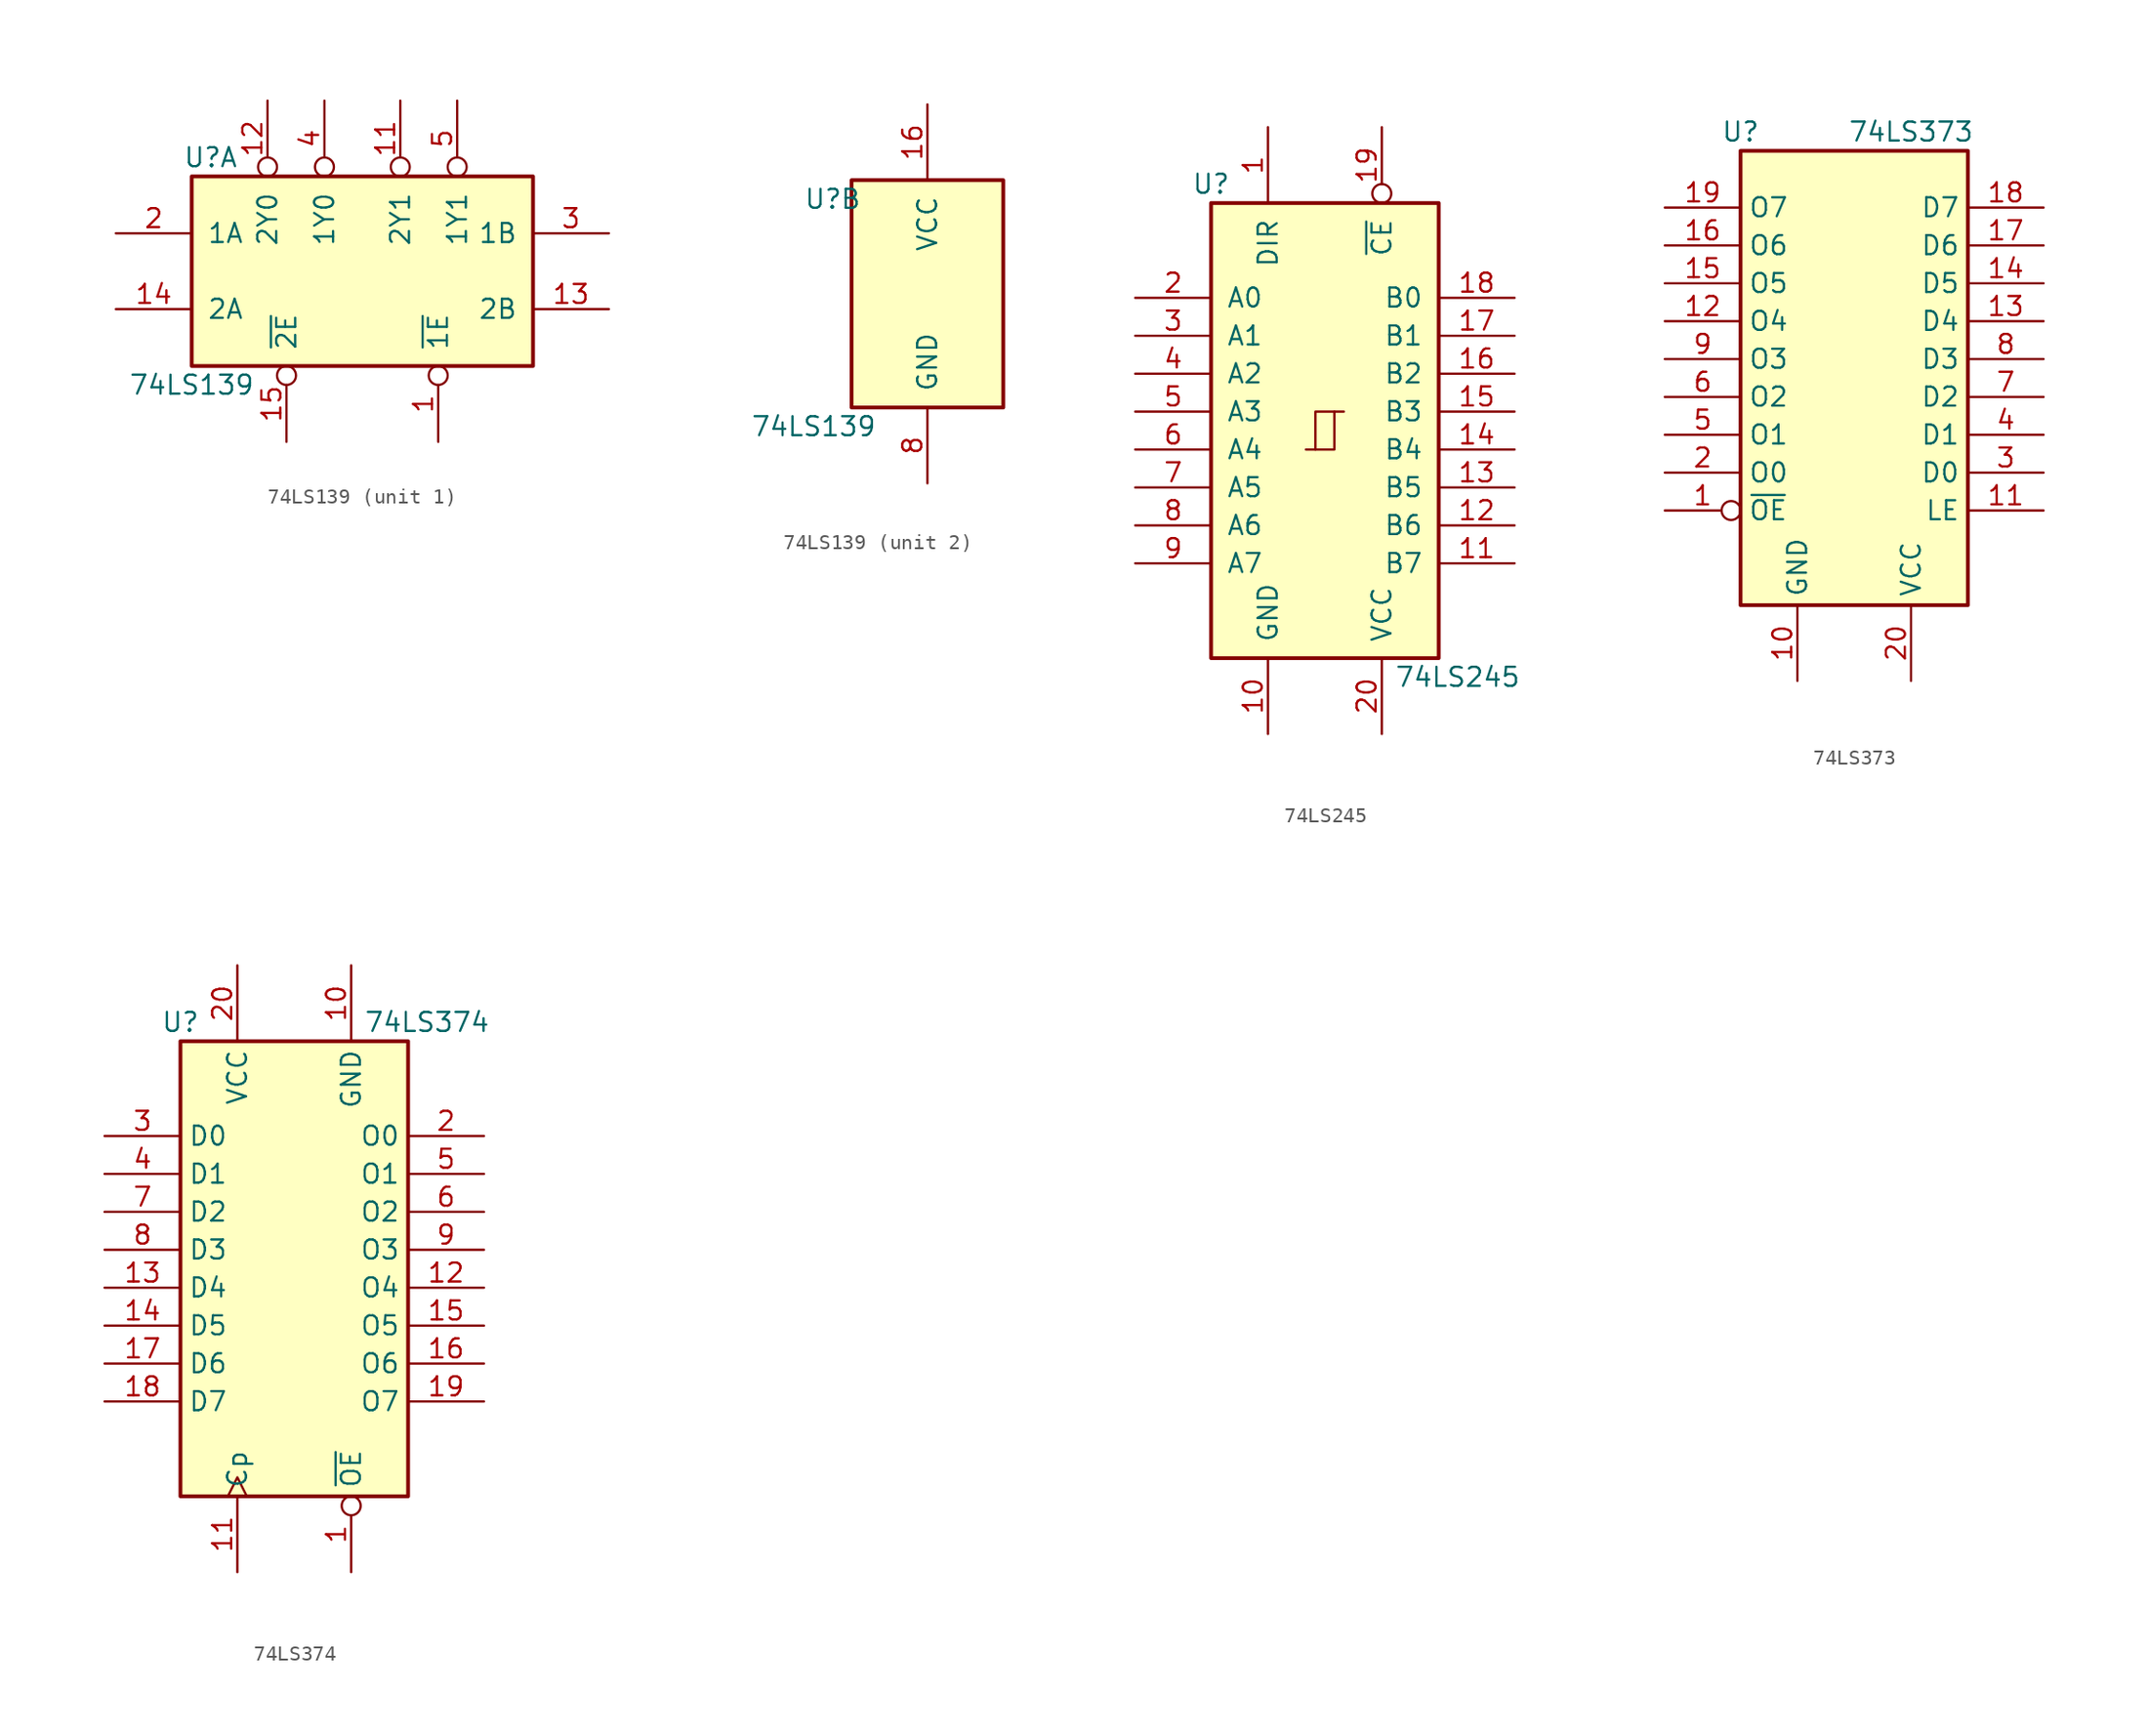
<source format=kicad_sym>
(kicad_symbol_lib
  (version 20241209)
  (generator "kicad_symbol_editor")
  (generator_version "9.0")
  (symbol "74LS139"
    (pin_names
      (offset 1.016))
    (property "Reference" "U"
      (at -10.16 7.62 0)
      (effects (font (size 1.27 1.27))))
    (property "Value" "74LS139"
      (at -11.43 -7.62 0)
      (effects (font (size 1.27 1.27))))
    (property "ki_locked" ""
      (at 0 0 0)
      (effects (font (size 1.27 1.27))))
    (symbol "74LS139_1_0"
      (pin input line (at -16.51 2.54 0) (length 5.08) (name "1A" (effects (font (size 1.27 1.27)))) (number "2" (effects (font (size 1.27 1.27)))))
      (pin input line (at -16.51 -2.54 0) (length 5.08) (name "2A" (effects (font (size 1.27 1.27)))) (number "14" (effects (font (size 1.27 1.27)))))
      (pin output inverted (at -6.35 11.43 270) (length 5.08) (name "2Y0" (effects (font (size 1.27 1.27)))) (number "12" (effects (font (size 1.27 1.27)))))
      (pin input inverted (at -5.08 -11.43 90) (length 5.08) (name "~{2E}" (effects (font (size 1.27 1.27)))) (number "15" (effects (font (size 1.27 1.27)))))
      (pin no_connect inverted (at -3.81 -6.35 90) (length 5.08) (hide yes) (name "1Y2" (effects (font (size 1.27 1.27)))) (number "6" (effects (font (size 1.27 1.27)))))
      (pin output inverted (at -2.54 11.43 270) (length 5.08) (name "1Y0" (effects (font (size 1.27 1.27)))) (number "4" (effects (font (size 1.27 1.27)))))
      (pin no_connect inverted (at -1.27 -6.35 90) (length 5.08) (hide yes) (name "1Y3" (effects (font (size 1.27 1.27)))) (number "7" (effects (font (size 1.27 1.27)))))
      (pin no_connect inverted (at 1.27 -6.35 90) (length 5.08) (hide yes) (name "2Y2" (effects (font (size 1.27 1.27)))) (number "10" (effects (font (size 1.27 1.27)))))
      (pin output inverted (at 2.54 11.43 270) (length 5.08) (name "2Y1" (effects (font (size 1.27 1.27)))) (number "11" (effects (font (size 1.27 1.27)))))
      (pin no_connect inverted (at 3.81 -6.35 90) (length 5.08) (hide yes) (name "2Y3" (effects (font (size 1.27 1.27)))) (number "9" (effects (font (size 1.27 1.27)))))
      (pin input inverted (at 5.08 -11.43 90) (length 5.08) (name "~{1E}" (effects (font (size 1.27 1.27)))) (number "1" (effects (font (size 1.27 1.27)))))
      (pin output inverted (at 6.35 11.43 270) (length 5.08) (name "1Y1" (effects (font (size 1.27 1.27)))) (number "5" (effects (font (size 1.27 1.27)))))
      (pin input line (at 16.51 2.54 180) (length 5.08) (name "1B" (effects (font (size 1.27 1.27)))) (number "3" (effects (font (size 1.27 1.27)))))
      (pin input line (at 16.51 -2.54 180) (length 5.08) (name "2B" (effects (font (size 1.27 1.27)))) (number "13" (effects (font (size 1.27 1.27))))))
    (symbol "74LS139_1_1"
      (rectangle (start -11.43 6.35) (end 11.43 -6.35) (stroke (width 0.254) (type default)) (fill (type background))))
    (symbol "74LS139_2_1"
      (rectangle (start -8.89 8.89) (end 1.27 -6.35) (stroke (width 0.254) (type default)) (fill (type background)))
      (pin power_in line (at -3.81 13.97 270) (length 5.08) (name "VCC" (effects (font (size 1.27 1.27)))) (number "16" (effects (font (size 1.27 1.27)))))
      (pin power_in line (at -3.81 -11.43 90) (length 5.08) (name "GND" (effects (font (size 1.27 1.27)))) (number "8" (effects (font (size 1.27 1.27)))))))
  (symbol "74LS245"
    (pin_names
      (offset 1.016))
    (property "Reference" "U"
      (at -7.62 16.51 0)
      (effects (font (size 1.27 1.27))))
    (property "Value" "74LS245"
      (at 8.89 -16.51 0)
      (effects (font (size 1.27 1.27))))
    (property "ki_locked" ""
      (at 0 0 0)
      (effects (font (size 1.27 1.27))))
    (symbol "74LS245_1_0"
      (polyline (pts (xy -1.27 -1.27) (xy 0.635 -1.27) (xy 0.635 1.27) (xy 1.27 1.27)) (stroke (width 0) (type default)) (fill (type none)))
      (polyline (pts (xy -0.635 -1.27) (xy -0.635 1.27) (xy 0.635 1.27)) (stroke (width 0) (type default)) (fill (type none)))
      (pin tri_state line (at -12.7 8.89 0) (length 5.08) (name "A0" (effects (font (size 1.27 1.27)))) (number "2" (effects (font (size 1.27 1.27)))))
      (pin tri_state line (at -12.7 6.35 0) (length 5.08) (name "A1" (effects (font (size 1.27 1.27)))) (number "3" (effects (font (size 1.27 1.27)))))
      (pin tri_state line (at -12.7 3.81 0) (length 5.08) (name "A2" (effects (font (size 1.27 1.27)))) (number "4" (effects (font (size 1.27 1.27)))))
      (pin tri_state line (at -12.7 1.27 0) (length 5.08) (name "A3" (effects (font (size 1.27 1.27)))) (number "5" (effects (font (size 1.27 1.27)))))
      (pin tri_state line (at -12.7 -1.27 0) (length 5.08) (name "A4" (effects (font (size 1.27 1.27)))) (number "6" (effects (font (size 1.27 1.27)))))
      (pin tri_state line (at -12.7 -3.81 0) (length 5.08) (name "A5" (effects (font (size 1.27 1.27)))) (number "7" (effects (font (size 1.27 1.27)))))
      (pin tri_state line (at -12.7 -6.35 0) (length 5.08) (name "A6" (effects (font (size 1.27 1.27)))) (number "8" (effects (font (size 1.27 1.27)))))
      (pin tri_state line (at -12.7 -8.89 0) (length 5.08) (name "A7" (effects (font (size 1.27 1.27)))) (number "9" (effects (font (size 1.27 1.27)))))
      (pin input line (at -3.81 20.32 270) (length 5.08) (name "DIR" (effects (font (size 1.27 1.27)))) (number "1" (effects (font (size 1.27 1.27)))))
      (pin power_in line (at -3.81 -20.32 90) (length 5.08) (name "GND" (effects (font (size 1.27 1.27)))) (number "10" (effects (font (size 1.27 1.27)))))
      (pin input inverted (at 3.81 20.32 270) (length 5.08) (name "~{CE}" (effects (font (size 1.27 1.27)))) (number "19" (effects (font (size 1.27 1.27)))))
      (pin power_in line (at 3.81 -20.32 90) (length 5.08) (name "VCC" (effects (font (size 1.27 1.27)))) (number "20" (effects (font (size 1.27 1.27)))))
      (pin tri_state line (at 12.7 8.89 180) (length 5.08) (name "B0" (effects (font (size 1.27 1.27)))) (number "18" (effects (font (size 1.27 1.27)))))
      (pin tri_state line (at 12.7 6.35 180) (length 5.08) (name "B1" (effects (font (size 1.27 1.27)))) (number "17" (effects (font (size 1.27 1.27)))))
      (pin tri_state line (at 12.7 3.81 180) (length 5.08) (name "B2" (effects (font (size 1.27 1.27)))) (number "16" (effects (font (size 1.27 1.27)))))
      (pin tri_state line (at 12.7 1.27 180) (length 5.08) (name "B3" (effects (font (size 1.27 1.27)))) (number "15" (effects (font (size 1.27 1.27)))))
      (pin tri_state line (at 12.7 -1.27 180) (length 5.08) (name "B4" (effects (font (size 1.27 1.27)))) (number "14" (effects (font (size 1.27 1.27)))))
      (pin tri_state line (at 12.7 -3.81 180) (length 5.08) (name "B5" (effects (font (size 1.27 1.27)))) (number "13" (effects (font (size 1.27 1.27)))))
      (pin tri_state line (at 12.7 -6.35 180) (length 5.08) (name "B6" (effects (font (size 1.27 1.27)))) (number "12" (effects (font (size 1.27 1.27)))))
      (pin tri_state line (at 12.7 -8.89 180) (length 5.08) (name "B7" (effects (font (size 1.27 1.27)))) (number "11" (effects (font (size 1.27 1.27))))))
    (symbol "74LS245_1_1"
      (rectangle (start -7.62 15.24) (end 7.62 -15.24) (stroke (width 0.254) (type default)) (fill (type background)))))
  (symbol "74LS373"
    (property "Reference" "U"
      (at -7.62 16.51 0)
      (effects (font (size 1.27 1.27))))
    (property "Value" "74LS373"
      (at 3.81 16.51 0)
      (effects (font (size 1.27 1.27))))
    (symbol "74LS373_1_0"
      (pin tri_state line (at -12.7 11.43 0) (length 5.08) (name "O7" (effects (font (size 1.27 1.27)))) (number "19" (effects (font (size 1.27 1.27)))))
      (pin tri_state line (at -12.7 8.89 0) (length 5.08) (name "O6" (effects (font (size 1.27 1.27)))) (number "16" (effects (font (size 1.27 1.27)))))
      (pin tri_state line (at -12.7 6.35 0) (length 5.08) (name "O5" (effects (font (size 1.27 1.27)))) (number "15" (effects (font (size 1.27 1.27)))))
      (pin tri_state line (at -12.7 3.81 0) (length 5.08) (name "O4" (effects (font (size 1.27 1.27)))) (number "12" (effects (font (size 1.27 1.27)))))
      (pin tri_state line (at -12.7 1.27 0) (length 5.08) (name "O3" (effects (font (size 1.27 1.27)))) (number "9" (effects (font (size 1.27 1.27)))))
      (pin tri_state line (at -12.7 -1.27 0) (length 5.08) (name "O2" (effects (font (size 1.27 1.27)))) (number "6" (effects (font (size 1.27 1.27)))))
      (pin tri_state line (at -12.7 -3.81 0) (length 5.08) (name "O1" (effects (font (size 1.27 1.27)))) (number "5" (effects (font (size 1.27 1.27)))))
      (pin tri_state line (at -12.7 -6.35 0) (length 5.08) (name "O0" (effects (font (size 1.27 1.27)))) (number "2" (effects (font (size 1.27 1.27)))))
      (pin input inverted (at -12.7 -8.89 0) (length 5.08) (name "~{OE}" (effects (font (size 1.27 1.27)))) (number "1" (effects (font (size 1.27 1.27)))))
      (pin power_in line (at -3.81 -20.32 90) (length 5.08) (name "GND" (effects (font (size 1.27 1.27)))) (number "10" (effects (font (size 1.27 1.27)))))
      (pin power_in line (at 3.81 -20.32 90) (length 5.08) (name "VCC" (effects (font (size 1.27 1.27)))) (number "20" (effects (font (size 1.27 1.27)))))
      (pin input line (at 12.7 11.43 180) (length 5.08) (name "D7" (effects (font (size 1.27 1.27)))) (number "18" (effects (font (size 1.27 1.27)))))
      (pin input line (at 12.7 8.89 180) (length 5.08) (name "D6" (effects (font (size 1.27 1.27)))) (number "17" (effects (font (size 1.27 1.27)))))
      (pin input line (at 12.7 6.35 180) (length 5.08) (name "D5" (effects (font (size 1.27 1.27)))) (number "14" (effects (font (size 1.27 1.27)))))
      (pin input line (at 12.7 3.81 180) (length 5.08) (name "D4" (effects (font (size 1.27 1.27)))) (number "13" (effects (font (size 1.27 1.27)))))
      (pin input line (at 12.7 1.27 180) (length 5.08) (name "D3" (effects (font (size 1.27 1.27)))) (number "8" (effects (font (size 1.27 1.27)))))
      (pin input line (at 12.7 -1.27 180) (length 5.08) (name "D2" (effects (font (size 1.27 1.27)))) (number "7" (effects (font (size 1.27 1.27)))))
      (pin input line (at 12.7 -3.81 180) (length 5.08) (name "D1" (effects (font (size 1.27 1.27)))) (number "4" (effects (font (size 1.27 1.27)))))
      (pin input line (at 12.7 -6.35 180) (length 5.08) (name "D0" (effects (font (size 1.27 1.27)))) (number "3" (effects (font (size 1.27 1.27)))))
      (pin input line (at 12.7 -8.89 180) (length 5.08) (name "LE" (effects (font (size 1.27 1.27)))) (number "11" (effects (font (size 1.27 1.27))))))
    (symbol "74LS373_1_1"
      (rectangle (start -7.62 15.24) (end 7.62 -15.24) (stroke (width 0.254) (type default)) (fill (type background)))))
  (symbol "74LS374"
    (property "Reference" "U"
      (at -7.62 16.51 0)
      (effects (font (size 1.27 1.27))))
    (property "Value" "74LS374"
      (at 8.89 16.51 0)
      (effects (font (size 1.27 1.27))))
    (symbol "74LS374_1_0"
      (pin input line (at -12.7 8.89 0) (length 5.08) (name "D0" (effects (font (size 1.27 1.27)))) (number "3" (effects (font (size 1.27 1.27)))))
      (pin input line (at -12.7 6.35 0) (length 5.08) (name "D1" (effects (font (size 1.27 1.27)))) (number "4" (effects (font (size 1.27 1.27)))))
      (pin input line (at -12.7 3.81 0) (length 5.08) (name "D2" (effects (font (size 1.27 1.27)))) (number "7" (effects (font (size 1.27 1.27)))))
      (pin input line (at -12.7 1.27 0) (length 5.08) (name "D3" (effects (font (size 1.27 1.27)))) (number "8" (effects (font (size 1.27 1.27)))))
      (pin input line (at -12.7 -1.27 0) (length 5.08) (name "D4" (effects (font (size 1.27 1.27)))) (number "13" (effects (font (size 1.27 1.27)))))
      (pin input line (at -12.7 -3.81 0) (length 5.08) (name "D5" (effects (font (size 1.27 1.27)))) (number "14" (effects (font (size 1.27 1.27)))))
      (pin input line (at -12.7 -6.35 0) (length 5.08) (name "D6" (effects (font (size 1.27 1.27)))) (number "17" (effects (font (size 1.27 1.27)))))
      (pin input line (at -12.7 -8.89 0) (length 5.08) (name "D7" (effects (font (size 1.27 1.27)))) (number "18" (effects (font (size 1.27 1.27)))))
      (pin power_in line (at -3.81 20.32 270) (length 5.08) (name "VCC" (effects (font (size 1.27 1.27)))) (number "20" (effects (font (size 1.27 1.27)))))
      (pin input clock (at -3.81 -20.32 90) (length 5.08) (name "Cp" (effects (font (size 1.27 1.27)))) (number "11" (effects (font (size 1.27 1.27)))))
      (pin power_in line (at 3.81 20.32 270) (length 5.08) (name "GND" (effects (font (size 1.27 1.27)))) (number "10" (effects (font (size 1.27 1.27)))))
      (pin input inverted (at 3.81 -20.32 90) (length 5.08) (name "~{OE}" (effects (font (size 1.27 1.27)))) (number "1" (effects (font (size 1.27 1.27)))))
      (pin tri_state line (at 12.7 8.89 180) (length 5.08) (name "O0" (effects (font (size 1.27 1.27)))) (number "2" (effects (font (size 1.27 1.27)))))
      (pin tri_state line (at 12.7 6.35 180) (length 5.08) (name "O1" (effects (font (size 1.27 1.27)))) (number "5" (effects (font (size 1.27 1.27)))))
      (pin tri_state line (at 12.7 3.81 180) (length 5.08) (name "O2" (effects (font (size 1.27 1.27)))) (number "6" (effects (font (size 1.27 1.27)))))
      (pin tri_state line (at 12.7 1.27 180) (length 5.08) (name "O3" (effects (font (size 1.27 1.27)))) (number "9" (effects (font (size 1.27 1.27)))))
      (pin tri_state line (at 12.7 -1.27 180) (length 5.08) (name "O4" (effects (font (size 1.27 1.27)))) (number "12" (effects (font (size 1.27 1.27)))))
      (pin tri_state line (at 12.7 -3.81 180) (length 5.08) (name "O5" (effects (font (size 1.27 1.27)))) (number "15" (effects (font (size 1.27 1.27)))))
      (pin tri_state line (at 12.7 -6.35 180) (length 5.08) (name "O6" (effects (font (size 1.27 1.27)))) (number "16" (effects (font (size 1.27 1.27)))))
      (pin tri_state line (at 12.7 -8.89 180) (length 5.08) (name "O7" (effects (font (size 1.27 1.27)))) (number "19" (effects (font (size 1.27 1.27))))))
    (symbol "74LS374_1_1"
      (rectangle (start -7.62 15.24) (end 7.62 -15.24) (stroke (width 0.254) (type default)) (fill (type background))))))
</source>
